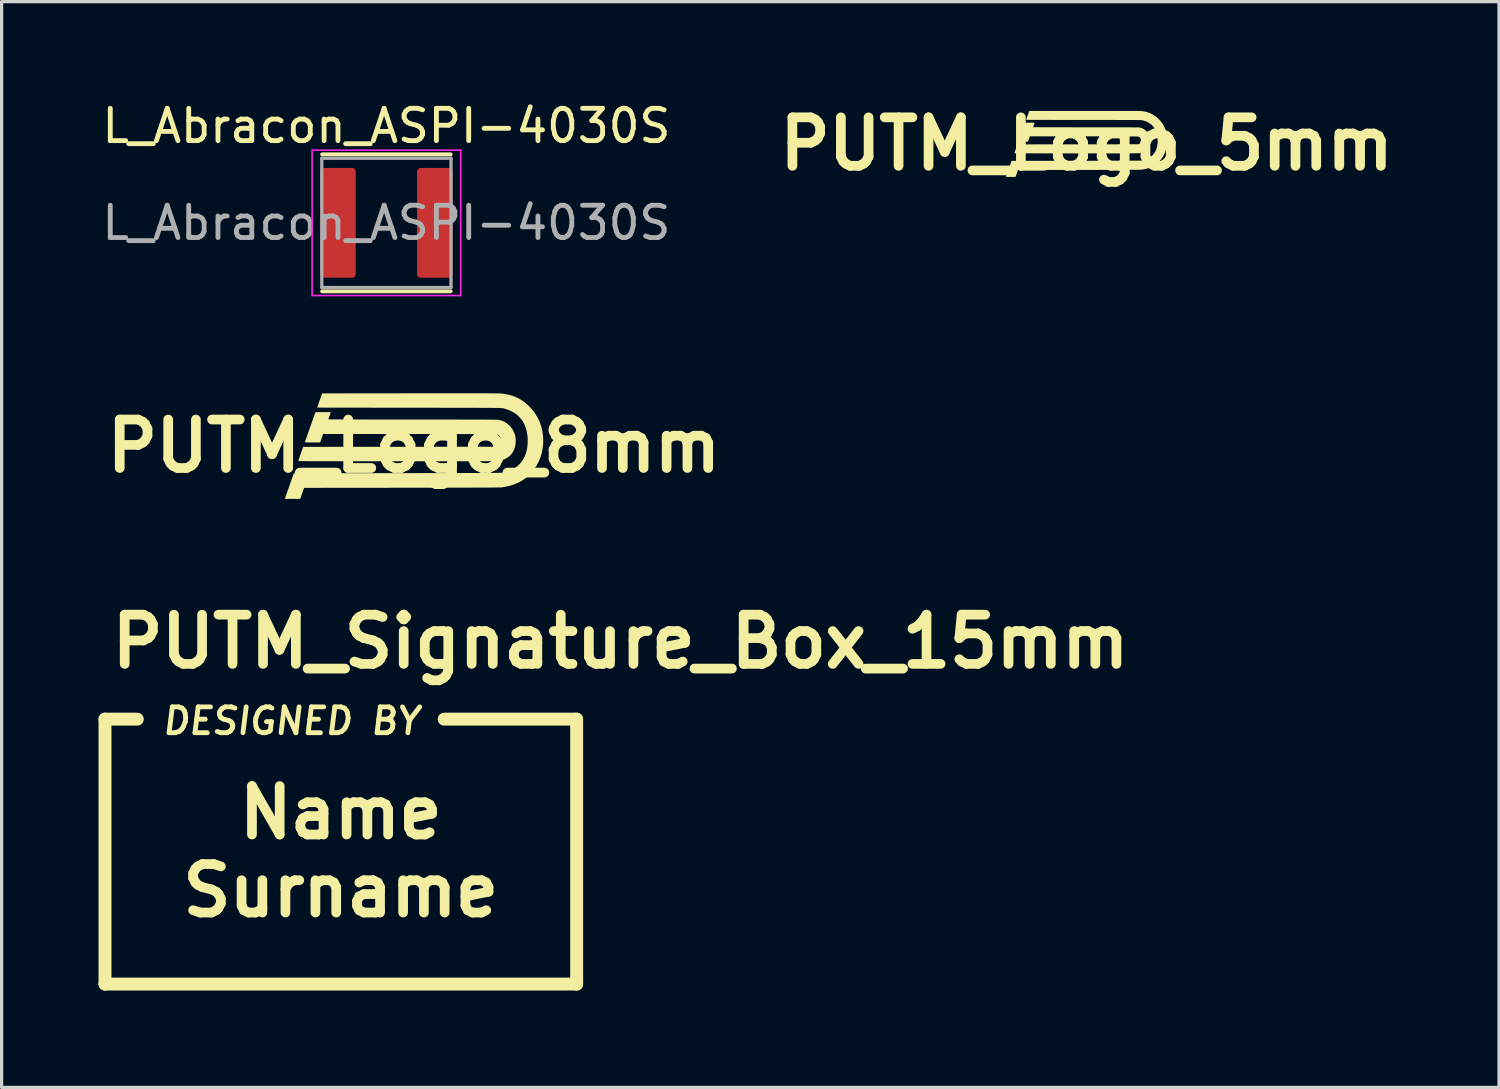
<source format=kicad_pcb>
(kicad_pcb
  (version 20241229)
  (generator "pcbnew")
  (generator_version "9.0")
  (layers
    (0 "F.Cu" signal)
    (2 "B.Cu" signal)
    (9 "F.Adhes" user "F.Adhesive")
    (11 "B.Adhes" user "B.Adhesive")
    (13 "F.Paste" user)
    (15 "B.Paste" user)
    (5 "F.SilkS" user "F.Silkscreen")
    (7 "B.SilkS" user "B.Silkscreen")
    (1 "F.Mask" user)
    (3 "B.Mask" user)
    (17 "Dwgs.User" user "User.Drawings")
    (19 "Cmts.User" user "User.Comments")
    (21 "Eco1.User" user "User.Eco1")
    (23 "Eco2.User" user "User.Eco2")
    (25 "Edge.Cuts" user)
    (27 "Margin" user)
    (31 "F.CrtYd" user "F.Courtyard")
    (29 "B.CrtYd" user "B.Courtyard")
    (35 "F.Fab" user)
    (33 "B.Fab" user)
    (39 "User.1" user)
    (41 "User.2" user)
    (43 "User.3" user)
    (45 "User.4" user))
  (footprint "PUTM_Logo_5mm"
    (layer "F.Cu")
    (at 30.586 1.404)
    (property "Reference" "PUTM_Logo_5mm" (at 0 0 0) (layer "F.SilkS") (effects (font (size 1.5 1.5) (thickness 0.3))))
    (attr board_only exclude_from_pos_files exclude_from_bom allow_missing_courtyard)
    (fp_poly (pts (xy -1.678 -0.657) (xy -1.648 -0.657) (xy -1.627 -0.656) (xy -1.614 -0.655) (xy -1.61 -0.653) (xy -1.612 -0.647) (xy -1.616 -0.634) (xy -1.623 -0.614) (xy -1.631 -0.591) (xy -1.633 -0.585) (xy -1.641 -0.562) (xy -1.648 -0.542) (xy -1.653 -0.527) (xy -1.655 -0.519) (xy -1.655 -0.518) (xy -1.65 -0.518) (xy -1.636 -0.517) (xy -1.612 -0.517) (xy -1.579 -0.516) (xy -1.537 -0.516) (xy -1.487 -0.516) (xy -1.429 -0.516) (xy -1.363 -0.515) (xy -1.29 -0.515) (xy -1.21 -0.515) (xy -1.123 -0.515) (xy -1.029 -0.514) (xy -0.93 -0.514) (xy -0.824 -0.514) (xy -0.713 -0.514) (xy -0.597 -0.514) (xy -0.476 -0.514) (xy -0.35 -0.513) (xy -0.221 -0.513) (xy -0.087 -0.513) (xy -0.031 -0.513) (xy 0.135 -0.513) (xy 0.292 -0.513) (xy 0.442 -0.513) (xy 0.583 -0.513) (xy 0.715 -0.513) (xy 0.839 -0.513) (xy 0.955 -0.513) (xy 1.062 -0.512) (xy 1.16 -0.512) (xy 1.248 -0.512) (xy 1.328 -0.512) (xy 1.399 -0.511) (xy 1.46 -0.511) (xy 1.512 -0.51) (xy 1.555 -0.51) (xy 1.588 -0.51) (xy 1.611 -0.509) (xy 1.624 -0.509) (xy 1.627 -0.508) (xy 1.688 -0.495) (xy 1.745 -0.472) (xy 1.797 -0.44) (xy 1.844 -0.4) (xy 1.845 -0.399) (xy 1.888 -0.35) (xy 1.923 -0.296) (xy 1.947 -0.239) (xy 1.963 -0.178) (xy 1.969 -0.115) (xy 1.966 -0.048) (xy 1.962 -0.018) (xy 1.947 0.043) (xy 1.924 0.097) (xy 1.893 0.146) (xy 1.855 0.188) (xy 1.809 0.223) (xy 1.756 0.252) (xy 1.696 0.274) (xy 1.653 0.285) (xy 1.649 0.285) (xy 1.644 0.286) (xy 1.639 0.287) (xy 1.633 0.288) (xy 1.625 0.288) (xy 1.616 0.289) (xy 1.605 0.289) (xy 1.591 0.29) (xy 1.575 0.29) (xy 1.557 0.291) (xy 1.535 0.291) (xy 1.509 0.291) (xy 1.48 0.292) (xy 1.447 0.292) (xy 1.41 0.292) (xy 1.368 0.293) (xy 1.321 0.293) (xy 1.269 0.293) (xy 1.211 0.293) (xy 1.148 0.293) (xy 1.078 0.294) (xy 1.002 0.294) (xy 0.92 0.294) (xy 0.83 0.294) (xy 0.733 0.294) (xy 0.628 0.294) (xy 0.515 0.294) (xy 0.394 0.294) (xy 0.265 0.294) (xy 0.127 0.294) (xy -0.02 0.294) (xy -0.177 0.294) (xy -0.315 0.294) (xy -0.467 0.294) (xy -0.615 0.294) (xy -0.758 0.294) (xy -0.896 0.294) (xy -1.029 0.294) (xy -1.157 0.294) (xy -1.279 0.294) (xy -1.395 0.293) (xy -1.504 0.293) (xy -1.607 0.293) (xy -1.704 0.293) (xy -1.793 0.293) (xy -1.875 0.292) (xy -1.949 0.292) (xy -2.016 0.292) (xy -2.074 0.292) (xy -2.124 0.291) (xy -2.165 0.291) (xy -2.197 0.291) (xy -2.221 0.29) (xy -2.234 0.29) (xy -2.238 0.29) (xy -2.237 0.284) (xy -2.232 0.271) (xy -2.225 0.25) (xy -2.217 0.225) (xy -2.206 0.195) (xy -2.195 0.163) (xy -2.184 0.13) (xy -2.172 0.096) (xy -2.16 0.064) (xy -2.15 0.035) (xy -2.148 0.029) (xy -2.143 0.015) (xy -0.27 0.014) (xy 1.603 0.012) (xy 1.623 0.001) (xy 1.639 -0.009) (xy 1.654 -0.021) (xy 1.657 -0.025) (xy 1.669 -0.046) (xy 1.676 -0.073) (xy 1.679 -0.103) (xy 1.676 -0.134) (xy 1.669 -0.164) (xy 1.666 -0.172) (xy 1.651 -0.195) (xy 1.63 -0.213) (xy 1.613 -0.223) (xy 1.611 -0.224) (xy 1.608 -0.224) (xy 1.604 -0.225) (xy 1.599 -0.226) (xy 1.592 -0.226) (xy 1.583 -0.227) (xy 1.572 -0.228) (xy 1.559 -0.228) (xy 1.542 -0.229) (xy 1.522 -0.229) (xy 1.499 -0.229) (xy 1.472 -0.23) (xy 1.441 -0.23) (xy 1.405 -0.23) (xy 1.364 -0.231) (xy 1.319 -0.231) (xy 1.267 -0.231) (xy 1.21 -0.231) (xy 1.147 -0.232) (xy 1.078 -0.232) (xy 1.002 -0.232) (xy 0.919 -0.232) (xy 0.828 -0.232) (xy 0.73 -0.232) (xy 0.624 -0.232) (xy 0.509 -0.233) (xy 0.386 -0.233) (xy 0.254 -0.233) (xy 0.113 -0.233) (xy -0.038 -0.233) (xy -0.082 -0.233) (xy -1.757 -0.234) (xy -1.772 -0.193) (xy -1.781 -0.167) (xy -1.791 -0.138) (xy -1.801 -0.112) (xy -1.801 -0.111) (xy -1.816 -0.07) (xy -1.962 -0.07) (xy -2.006 -0.07) (xy -2.04 -0.07) (xy -2.067 -0.071) (xy -2.086 -0.071) (xy -2.099 -0.073) (xy -2.106 -0.074) (xy -2.109 -0.076) (xy -2.109 -0.076) (xy -2.107 -0.082) (xy -2.102 -0.096) (xy -2.095 -0.118) (xy -2.085 -0.147) (xy -2.073 -0.182) (xy -2.059 -0.222) (xy -2.043 -0.267) (xy -2.026 -0.315) (xy -2.008 -0.366) (xy -2.007 -0.369) (xy -1.906 -0.656) (xy -1.758 -0.657) (xy -1.714 -0.657)) (stroke (width 0) (type solid)) (fill yes) (layer "F.SilkS"))
    (fp_poly (pts (xy 0.939 -1.021) (xy 1.027 -1.021) (xy 1.109 -1.021) (xy 1.183 -1.021) (xy 1.251 -1.021) (xy 1.313 -1.021) (xy 1.369 -1.021) (xy 1.419 -1.021) (xy 1.464 -1.02) (xy 1.504 -1.02) (xy 1.54 -1.02) (xy 1.571 -1.02) (xy 1.599 -1.019) (xy 1.622 -1.019) (xy 1.643 -1.018) (xy 1.66 -1.018) (xy 1.675 -1.017) (xy 1.687 -1.017) (xy 1.697 -1.016) (xy 1.706 -1.016) (xy 1.713 -1.015) (xy 1.715 -1.014) (xy 1.805 -1) (xy 1.887 -0.979) (xy 1.964 -0.951) (xy 2.037 -0.916) (xy 2.106 -0.873) (xy 2.172 -0.821) (xy 2.225 -0.773) (xy 2.289 -0.704) (xy 2.345 -0.63) (xy 2.393 -0.549) (xy 2.433 -0.465) (xy 2.463 -0.375) (xy 2.485 -0.282) (xy 2.487 -0.269) (xy 2.499 -0.172) (xy 2.501 -0.075) (xy 2.493 0.02) (xy 2.477 0.112) (xy 2.452 0.202) (xy 2.418 0.289) (xy 2.376 0.371) (xy 2.325 0.449) (xy 2.291 0.494) (xy 2.231 0.559) (xy 2.165 0.616) (xy 2.095 0.665) (xy 2.018 0.708) (xy 1.936 0.742) (xy 1.846 0.77) (xy 1.75 0.791) (xy 1.702 0.798) (xy 1.696 0.799) (xy 1.686 0.799) (xy 1.672 0.8) (xy 1.653 0.8) (xy 1.629 0.801) (xy 1.6 0.801) (xy 1.566 0.802) (xy 1.526 0.802) (xy 1.481 0.802) (xy 1.429 0.803) (xy 1.372 0.803) (xy 1.308 0.803) (xy 1.237 0.804) (xy 1.159 0.804) (xy 1.073 0.804) (xy 0.981 0.804) (xy 0.88 0.805) (xy 0.772 0.805) (xy 0.655 0.805) (xy 0.53 0.805) (xy 0.396 0.805) (xy 0.253 0.806) (xy 0.101 0.806) (xy -0.061 0.806) (xy -0.232 0.806) (xy -0.234 0.806) (xy -2.126 0.808) (xy -2.164 0.915) (xy -2.201 1.022) (xy -2.35 1.022) (xy -2.498 1.022) (xy -2.495 1.011) (xy -2.492 1.004) (xy -2.487 0.989) (xy -2.479 0.966) (xy -2.469 0.937) (xy -2.457 0.902) (xy -2.443 0.862) (xy -2.427 0.819) (xy -2.411 0.772) (xy -2.408 0.763) (xy -2.324 0.526) (xy -0.308 0.523) (xy -0.139 0.523) (xy 0.02 0.523) (xy 0.17 0.523) (xy 0.311 0.522) (xy 0.443 0.522) (xy 0.567 0.522) (xy 0.682 0.522) (xy 0.789 0.522) (xy 0.889 0.522) (xy 0.981 0.521) (xy 1.067 0.521) (xy 1.145 0.521) (xy 1.217 0.521) (xy 1.283 0.52) (xy 1.343 0.52) (xy 1.397 0.52) (xy 1.446 0.52) (xy 1.49 0.519) (xy 1.53 0.519) (xy 1.564 0.519) (xy 1.595 0.518) (xy 1.622 0.518) (xy 1.645 0.518) (xy 1.665 0.517) (xy 1.682 0.517) (xy 1.696 0.516) (xy 1.708 0.516) (xy 1.718 0.515) (xy 1.725 0.515) (xy 1.732 0.514) (xy 1.737 0.513) (xy 1.741 0.513) (xy 1.744 0.512) (xy 1.822 0.489) (xy 1.892 0.458) (xy 1.956 0.421) (xy 2.013 0.376) (xy 2.063 0.326) (xy 2.106 0.268) (xy 2.14 0.205) (xy 2.16 0.157) (xy 2.18 0.09) (xy 2.193 0.017) (xy 2.2 -0.059) (xy 2.2 -0.137) (xy 2.194 -0.214) (xy 2.181 -0.287) (xy 2.166 -0.344) (xy 2.138 -0.416) (xy 2.103 -0.48) (xy 2.061 -0.538) (xy 2.012 -0.589) (xy 1.955 -0.634) (xy 1.891 -0.671) (xy 1.82 -0.703) (xy 1.741 -0.727) (xy 1.725 -0.731) (xy 1.721 -0.732) (xy 1.717 -0.733) (xy 1.712 -0.733) (xy 1.705 -0.734) (xy 1.697 -0.735) (xy 1.687 -0.735) (xy 1.675 -0.736) (xy 1.66 -0.736) (xy 1.643 -0.737) (xy 1.622 -0.737) (xy 1.598 -0.738) (xy 1.57 -0.738) (xy 1.538 -0.738) (xy 1.502 -0.739) (xy 1.461 -0.739) (xy 1.415 -0.739) (xy 1.363 -0.739) (xy 1.306 -0.74) (xy 1.244 -0.74) (xy 1.174 -0.74) (xy 1.099 -0.74) (xy 1.016 -0.74) (xy 0.927 -0.74) (xy 0.829 -0.741) (xy 0.725 -0.741) (xy 0.611 -0.741) (xy 0.49 -0.741) (xy 0.36 -0.741) (xy 0.221 -0.741) (xy 0.072 -0.741) (xy -0.086 -0.741) (xy -0.087 -0.741) (xy -0.22 -0.742) (xy -0.35 -0.742) (xy -0.477 -0.742) (xy -0.6 -0.742) (xy -0.721 -0.742) (xy -0.837 -0.742) (xy -0.949 -0.742) (xy -1.056 -0.743) (xy -1.158 -0.743) (xy -1.255 -0.743) (xy -1.346 -0.743) (xy -1.431 -0.743) (xy -1.51 -0.743) (xy -1.581 -0.744) (xy -1.646 -0.744) (xy -1.703 -0.744) (xy -1.752 -0.744) (xy -1.793 -0.744) (xy -1.826 -0.744) (xy -1.849 -0.745) (xy -1.863 -0.745) (xy -1.868 -0.745) (xy -1.868 -0.75) (xy -1.864 -0.765) (xy -1.858 -0.788) (xy -1.847 -0.819) (xy -1.834 -0.859) (xy -1.825 -0.883) (xy -1.777 -1.019) (xy -0.062 -1.021) (xy 0.095 -1.021) (xy 0.242 -1.021) (xy 0.379 -1.021) (xy 0.508 -1.021) (xy 0.628 -1.021) (xy 0.74 -1.021) (xy 0.843 -1.021)) (stroke (width 0) (type solid)) (fill yes) (layer "F.SilkS")))
  (footprint "PUTM_Logo_8mm"
    (layer "F.Cu")
    (at 9.764 10.758)
    (property "Reference" "PUTM_Logo_8mm" (at 0 0 0) (layer "F.SilkS") (effects (font (size 1.5 1.5) (thickness 0.3))))
    (attr board_only exclude_from_pos_files exclude_from_bom allow_missing_courtyard)
    (fp_poly (pts (xy -2.685 -1.051) (xy -2.637 -1.051) (xy -2.603 -1.049) (xy -2.582 -1.048) (xy -2.577 -1.046) (xy -2.579 -1.036) (xy -2.586 -1.014) (xy -2.597 -0.983) (xy -2.609 -0.946) (xy -2.613 -0.937) (xy -2.626 -0.899) (xy -2.637 -0.867) (xy -2.645 -0.843) (xy -2.648 -0.83) (xy -2.648 -0.829) (xy -2.641 -0.828) (xy -2.617 -0.828) (xy -2.579 -0.827) (xy -2.526 -0.826) (xy -2.46 -0.826) (xy -2.38 -0.825) (xy -2.287 -0.825) (xy -2.182 -0.825) (xy -2.064 -0.824) (xy -1.936 -0.824) (xy -1.797 -0.823) (xy -1.647 -0.823) (xy -1.487 -0.823) (xy -1.319 -0.822) (xy -1.141 -0.822) (xy -0.955 -0.822) (xy -0.762 -0.822) (xy -0.561 -0.822) (xy -0.353 -0.822) (xy -0.139 -0.822) (xy -0.05 -0.822) (xy 0.215 -0.821) (xy 0.468 -0.821) (xy 0.707 -0.821) (xy 0.932 -0.821) (xy 1.145 -0.821) (xy 1.343 -0.821) (xy 1.528 -0.82) (xy 1.699 -0.82) (xy 1.855 -0.819) (xy 1.998 -0.819) (xy 2.125 -0.819) (xy 2.238 -0.818) (xy 2.337 -0.817) (xy 2.42 -0.817) (xy 2.488 -0.816) (xy 2.54 -0.815) (xy 2.577 -0.815) (xy 2.599 -0.814) (xy 2.603 -0.813) (xy 2.701 -0.792) (xy 2.792 -0.755) (xy 2.875 -0.704) (xy 2.951 -0.64) (xy 2.953 -0.639) (xy 3.022 -0.559) (xy 3.076 -0.474) (xy 3.116 -0.382) (xy 3.141 -0.286) (xy 3.151 -0.184) (xy 3.146 -0.077) (xy 3.139 -0.028) (xy 3.115 0.069) (xy 3.078 0.156) (xy 3.029 0.233) (xy 2.968 0.3) (xy 2.894 0.357) (xy 2.81 0.403) (xy 2.713 0.438) (xy 2.645 0.456) (xy 2.638 0.457) (xy 2.631 0.458) (xy 2.622 0.459) (xy 2.612 0.46) (xy 2.6 0.461) (xy 2.585 0.462) (xy 2.568 0.463) (xy 2.546 0.464) (xy 2.521 0.465) (xy 2.491 0.465) (xy 2.456 0.466) (xy 2.415 0.466) (xy 2.369 0.467) (xy 2.316 0.467) (xy 2.256 0.468) (xy 2.189 0.468) (xy 2.114 0.469) (xy 2.031 0.469) (xy 1.938 0.469) (xy 1.837 0.469) (xy 1.726 0.47) (xy 1.604 0.47) (xy 1.471 0.47) (xy 1.328 0.47) (xy 1.172 0.47) (xy 1.005 0.47) (xy 0.825 0.47) (xy 0.631 0.47) (xy 0.424 0.47) (xy 0.203 0.471) (xy -0.033 0.471) (xy -0.284 0.471) (xy -0.505 0.471) (xy -0.748 0.471) (xy -0.984 0.471) (xy -1.213 0.47) (xy -1.435 0.47) (xy -1.647 0.47) (xy -1.851 0.47) (xy -2.046 0.47) (xy -2.232 0.47) (xy -2.407 0.469) (xy -2.572 0.469) (xy -2.726 0.469) (xy -2.869 0.468) (xy -3 0.468) (xy -3.119 0.467) (xy -3.225 0.467) (xy -3.319 0.467) (xy -3.399 0.466) (xy -3.465 0.466) (xy -3.516 0.465) (xy -3.553 0.465) (xy -3.575 0.464) (xy -3.582 0.464) (xy -3.579 0.455) (xy -3.572 0.433) (xy -3.561 0.401) (xy -3.547 0.36) (xy -3.531 0.313) (xy -3.513 0.261) (xy -3.494 0.208) (xy -3.475 0.154) (xy -3.457 0.103) (xy -3.44 0.056) (xy -3.437 0.046) (xy -3.429 0.024) (xy -0.432 0.022) (xy 2.565 0.02) (xy 2.598 0.002) (xy 2.623 -0.014) (xy 2.646 -0.034) (xy 2.651 -0.039) (xy 2.67 -0.073) (xy 2.682 -0.116) (xy 2.686 -0.165) (xy 2.682 -0.215) (xy 2.67 -0.262) (xy 2.665 -0.275) (xy 2.642 -0.313) (xy 2.609 -0.341) (xy 2.581 -0.357) (xy 2.577 -0.358) (xy 2.573 -0.359) (xy 2.567 -0.36) (xy 2.558 -0.361) (xy 2.548 -0.362) (xy 2.534 -0.363) (xy 2.516 -0.364) (xy 2.494 -0.365) (xy 2.468 -0.366) (xy 2.436 -0.366) (xy 2.399 -0.367) (xy 2.355 -0.368) (xy 2.305 -0.368) (xy 2.248 -0.369) (xy 2.183 -0.369) (xy 2.11 -0.37) (xy 2.028 -0.37) (xy 1.937 -0.37) (xy 1.836 -0.371) (xy 1.725 -0.371) (xy 1.603 -0.371) (xy 1.47 -0.371) (xy 1.325 -0.372) (xy 1.168 -0.372) (xy 0.998 -0.372) (xy 0.815 -0.372) (xy 0.618 -0.372) (xy 0.407 -0.373) (xy 0.181 -0.373) (xy -0.06 -0.373) (xy -0.132 -0.373) (xy -2.812 -0.375) (xy -2.835 -0.309) (xy -2.85 -0.267) (xy -2.866 -0.221) (xy -2.881 -0.179) (xy -2.882 -0.177) (xy -2.905 -0.112) (xy -3.14 -0.112) (xy -3.21 -0.112) (xy -3.265 -0.112) (xy -3.307 -0.113) (xy -3.338 -0.114) (xy -3.358 -0.116) (xy -3.37 -0.118) (xy -3.374 -0.121) (xy -3.374 -0.122) (xy -3.372 -0.131) (xy -3.364 -0.154) (xy -3.352 -0.189) (xy -3.337 -0.236) (xy -3.317 -0.292) (xy -3.295 -0.356) (xy -3.27 -0.427) (xy -3.242 -0.505) (xy -3.213 -0.586) (xy -3.212 -0.591) (xy -3.049 -1.049) (xy -2.813 -1.051) (xy -2.743 -1.052)) (stroke (width 0) (type solid)) (fill yes) (layer "F.SilkS"))
    (fp_poly (pts (xy 1.503 -1.634) (xy 1.644 -1.634) (xy 1.774 -1.634) (xy 1.893 -1.634) (xy 2.002 -1.634) (xy 2.101 -1.634) (xy 2.19 -1.634) (xy 2.271 -1.633) (xy 2.343 -1.633) (xy 2.407 -1.632) (xy 2.464 -1.632) (xy 2.514 -1.631) (xy 2.558 -1.631) (xy 2.596 -1.63) (xy 2.628 -1.63) (xy 2.656 -1.629) (xy 2.68 -1.628) (xy 2.699 -1.627) (xy 2.716 -1.626) (xy 2.729 -1.625) (xy 2.74 -1.624) (xy 2.745 -1.623) (xy 2.888 -1.6) (xy 3.02 -1.567) (xy 3.143 -1.522) (xy 3.259 -1.466) (xy 3.369 -1.397) (xy 3.476 -1.314) (xy 3.561 -1.237) (xy 3.663 -1.127) (xy 3.753 -1.007) (xy 3.829 -0.879) (xy 3.892 -0.743) (xy 3.942 -0.6) (xy 3.976 -0.451) (xy 3.98 -0.431) (xy 3.998 -0.275) (xy 4.001 -0.121) (xy 3.99 0.031) (xy 3.964 0.18) (xy 3.924 0.324) (xy 3.87 0.462) (xy 3.802 0.594) (xy 3.721 0.719) (xy 3.665 0.79) (xy 3.569 0.894) (xy 3.465 0.986) (xy 3.352 1.065) (xy 3.23 1.132) (xy 3.097 1.188) (xy 2.955 1.232) (xy 2.801 1.265) (xy 2.724 1.277) (xy 2.714 1.278) (xy 2.698 1.279) (xy 2.675 1.28) (xy 2.645 1.281) (xy 2.607 1.281) (xy 2.56 1.282) (xy 2.506 1.283) (xy 2.442 1.283) (xy 2.37 1.284) (xy 2.287 1.285) (xy 2.195 1.285) (xy 2.092 1.286) (xy 1.979 1.286) (xy 1.854 1.286) (xy 1.718 1.287) (xy 1.569 1.287) (xy 1.408 1.288) (xy 1.235 1.288) (xy 1.048 1.288) (xy 0.848 1.289) (xy 0.633 1.289) (xy 0.405 1.289) (xy 0.161 1.29) (xy -0.097 1.29) (xy -0.372 1.29) (xy -0.375 1.29) (xy -3.402 1.293) (xy -3.462 1.464) (xy -3.522 1.635) (xy -3.76 1.635) (xy -3.998 1.635) (xy -3.992 1.617) (xy -3.988 1.607) (xy -3.98 1.582) (xy -3.967 1.546) (xy -3.951 1.499) (xy -3.931 1.443) (xy -3.909 1.379) (xy -3.884 1.31) (xy -3.858 1.236) (xy -3.853 1.221) (xy -3.719 0.842) (xy -0.493 0.837) (xy -0.223 0.837) (xy 0.032 0.837) (xy 0.272 0.836) (xy 0.498 0.836) (xy 0.709 0.836) (xy 0.907 0.835) (xy 1.091 0.835) (xy 1.263 0.835) (xy 1.423 0.835) (xy 1.57 0.834) (xy 1.707 0.834) (xy 1.833 0.834) (xy 1.948 0.833) (xy 2.053 0.833) (xy 2.149 0.832) (xy 2.236 0.832) (xy 2.315 0.832) (xy 2.385 0.831) (xy 2.448 0.831) (xy 2.503 0.83) (xy 2.552 0.829) (xy 2.595 0.829) (xy 2.632 0.828) (xy 2.664 0.828) (xy 2.691 0.827) (xy 2.714 0.826) (xy 2.733 0.825) (xy 2.748 0.824) (xy 2.761 0.823) (xy 2.771 0.822) (xy 2.779 0.821) (xy 2.785 0.82) (xy 2.791 0.819) (xy 2.915 0.782) (xy 3.028 0.733) (xy 3.131 0.673) (xy 3.222 0.602) (xy 3.302 0.521) (xy 3.369 0.429) (xy 3.425 0.327) (xy 3.456 0.251) (xy 3.488 0.143) (xy 3.509 0.027) (xy 3.52 -0.095) (xy 3.521 -0.219) (xy 3.511 -0.342) (xy 3.49 -0.459) (xy 3.466 -0.55) (xy 3.421 -0.665) (xy 3.365 -0.769) (xy 3.298 -0.861) (xy 3.219 -0.943) (xy 3.129 -1.014) (xy 3.026 -1.074) (xy 2.912 -1.124) (xy 2.785 -1.164) (xy 2.76 -1.17) (xy 2.754 -1.171) (xy 2.747 -1.172) (xy 2.739 -1.173) (xy 2.729 -1.175) (xy 2.716 -1.176) (xy 2.7 -1.176) (xy 2.68 -1.177) (xy 2.656 -1.178) (xy 2.628 -1.179) (xy 2.595 -1.18) (xy 2.557 -1.18) (xy 2.512 -1.181) (xy 2.461 -1.181) (xy 2.403 -1.182) (xy 2.337 -1.182) (xy 2.264 -1.183) (xy 2.182 -1.183) (xy 2.091 -1.183) (xy 1.99 -1.184) (xy 1.879 -1.184) (xy 1.758 -1.184) (xy 1.626 -1.185) (xy 1.483 -1.185) (xy 1.327 -1.185) (xy 1.159 -1.185) (xy 0.978 -1.185) (xy 0.784 -1.186) (xy 0.576 -1.186) (xy 0.353 -1.186) (xy 0.115 -1.186) (xy -0.138 -1.186) (xy -0.14 -1.186) (xy -0.352 -1.187) (xy -0.56 -1.187) (xy -0.763 -1.187) (xy -0.961 -1.187) (xy -1.153 -1.187) (xy -1.339 -1.188) (xy -1.518 -1.188) (xy -1.69 -1.188) (xy -1.853 -1.188) (xy -2.008 -1.189) (xy -2.154 -1.189) (xy -2.29 -1.189) (xy -2.416 -1.19) (xy -2.53 -1.19) (xy -2.634 -1.19) (xy -2.725 -1.19) (xy -2.804 -1.191) (xy -2.869 -1.191) (xy -2.921 -1.191) (xy -2.959 -1.192) (xy -2.981 -1.192) (xy -2.989 -1.192) (xy -2.989 -1.201) (xy -2.984 -1.224) (xy -2.973 -1.26) (xy -2.956 -1.311) (xy -2.934 -1.375) (xy -2.921 -1.413) (xy -2.843 -1.631) (xy -0.099 -1.634) (xy 0.151 -1.634) (xy 0.387 -1.634) (xy 0.607 -1.634) (xy 0.813 -1.634) (xy 1.005 -1.634) (xy 1.184 -1.634) (xy 1.349 -1.634)) (stroke (width 0) (type solid)) (fill yes) (layer "F.SilkS")))
  (footprint "L_Abracon_ASPI-4030S"
    (layer "F.Cu")
    (at 8.911 3.848)
    (property "Reference" "L_Abracon_ASPI-4030S" (at 0 -3 0) (layer "F.SilkS") (effects (font (size 1 1) (thickness 0.15))))
    (attr smd)
    (fp_line (start -1.99 -2.12) (end 1.99 -2.12) (stroke (width 0.12) (type solid)) (layer "F.SilkS"))
    (fp_line (start -1.99 2.12) (end 1.99 2.12) (stroke (width 0.12) (type solid)) (layer "F.SilkS"))
    (fp_line (start -2.3 -2.25) (end -2.3 2.25) (stroke (width 0.05) (type solid)) (layer "F.CrtYd"))
    (fp_line (start -2.3 2.25) (end 2.3 2.25) (stroke (width 0.05) (type solid)) (layer "F.CrtYd"))
    (fp_line (start 2.3 -2.25) (end -2.3 -2.25) (stroke (width 0.05) (type solid)) (layer "F.CrtYd"))
    (fp_line (start 2.3 2.25) (end 2.3 -2.25) (stroke (width 0.05) (type solid)) (layer "F.CrtYd"))
    (fp_line (start -2 -2) (end 2 -2) (stroke (width 0.1) (type solid)) (layer "F.Fab"))
    (fp_line (start -2 2) (end -2 -2) (stroke (width 0.1) (type solid)) (layer "F.Fab"))
    (fp_line (start 2 -2) (end 2 2) (stroke (width 0.1) (type solid)) (layer "F.Fab"))
    (fp_line (start 2 2) (end -2 2) (stroke (width 0.1) (type solid)) (layer "F.Fab"))
    (fp_text user "${REFERENCE}" (at 0 0 0) (layer "F.Fab") (effects (font (size 1 1) (thickness 0.15))))
    (pad "1" smd roundrect (at -1.5 0) (size 1.1 3.4) (layers "F.Cu" "F.Mask" "F.Paste") (roundrect_rratio 0.1))
    (pad "2" smd roundrect (at 1.5 0) (size 1.1 3.4) (layers "F.Cu" "F.Mask" "F.Paste") (roundrect_rratio 0.1)))
  (footprint "PUTM_Signature_Box_15mm"
    (layer "F.Cu")
    (at 7.5 23.561)
    (property "Reference" "PUTM_Signature_Box_15mm" (at -7.25 -6.75 0) (layer "F.SilkS") (effects (font (size 1.524 1.524) (thickness 0.3)) (justify left)))
    (attr through_hole board_only exclude_from_pos_files exclude_from_bom allow_missing_courtyard)
    (fp_line (start -7.3 -4.35) (end -6.3 -4.35) (stroke (width 0.4) (type solid)) (layer "F.SilkS"))
    (fp_line (start -7.3 3.85) (end -7.3 -4.35) (stroke (width 0.4) (type solid)) (layer "F.SilkS"))
    (fp_line (start 3.2 -4.35) (end 7.3 -4.35) (stroke (width 0.4) (type solid)) (layer "F.SilkS"))
    (fp_line (start 7.3 -4.35) (end 7.3 3.85) (stroke (width 0.4) (type solid)) (layer "F.SilkS"))
    (fp_line (start 7.3 3.85) (end -7.3 3.85) (stroke (width 0.4) (type solid)) (layer "F.SilkS"))
    (fp_text user "DESIGNED BY" (at -5.6 -3.825 0) (unlocked yes) (layer "F.SilkS") (effects (font (size 0.8 0.8) (thickness 0.15) (bold yes) (italic yes)) (justify left bottom)))
    (fp_text user "Name\nSurname" (at 0 -0.25 0) (unlocked yes) (layer "F.SilkS") (effects (font (size 1.5 1.5) (thickness 0.3) (bold yes)))))
  (gr_rect
    (start -3 -3)
    (end 43.35 30.611)
    (stroke (width 0.1) (type default))
    (fill no)
    (layer "Edge.Cuts")))
</source>
